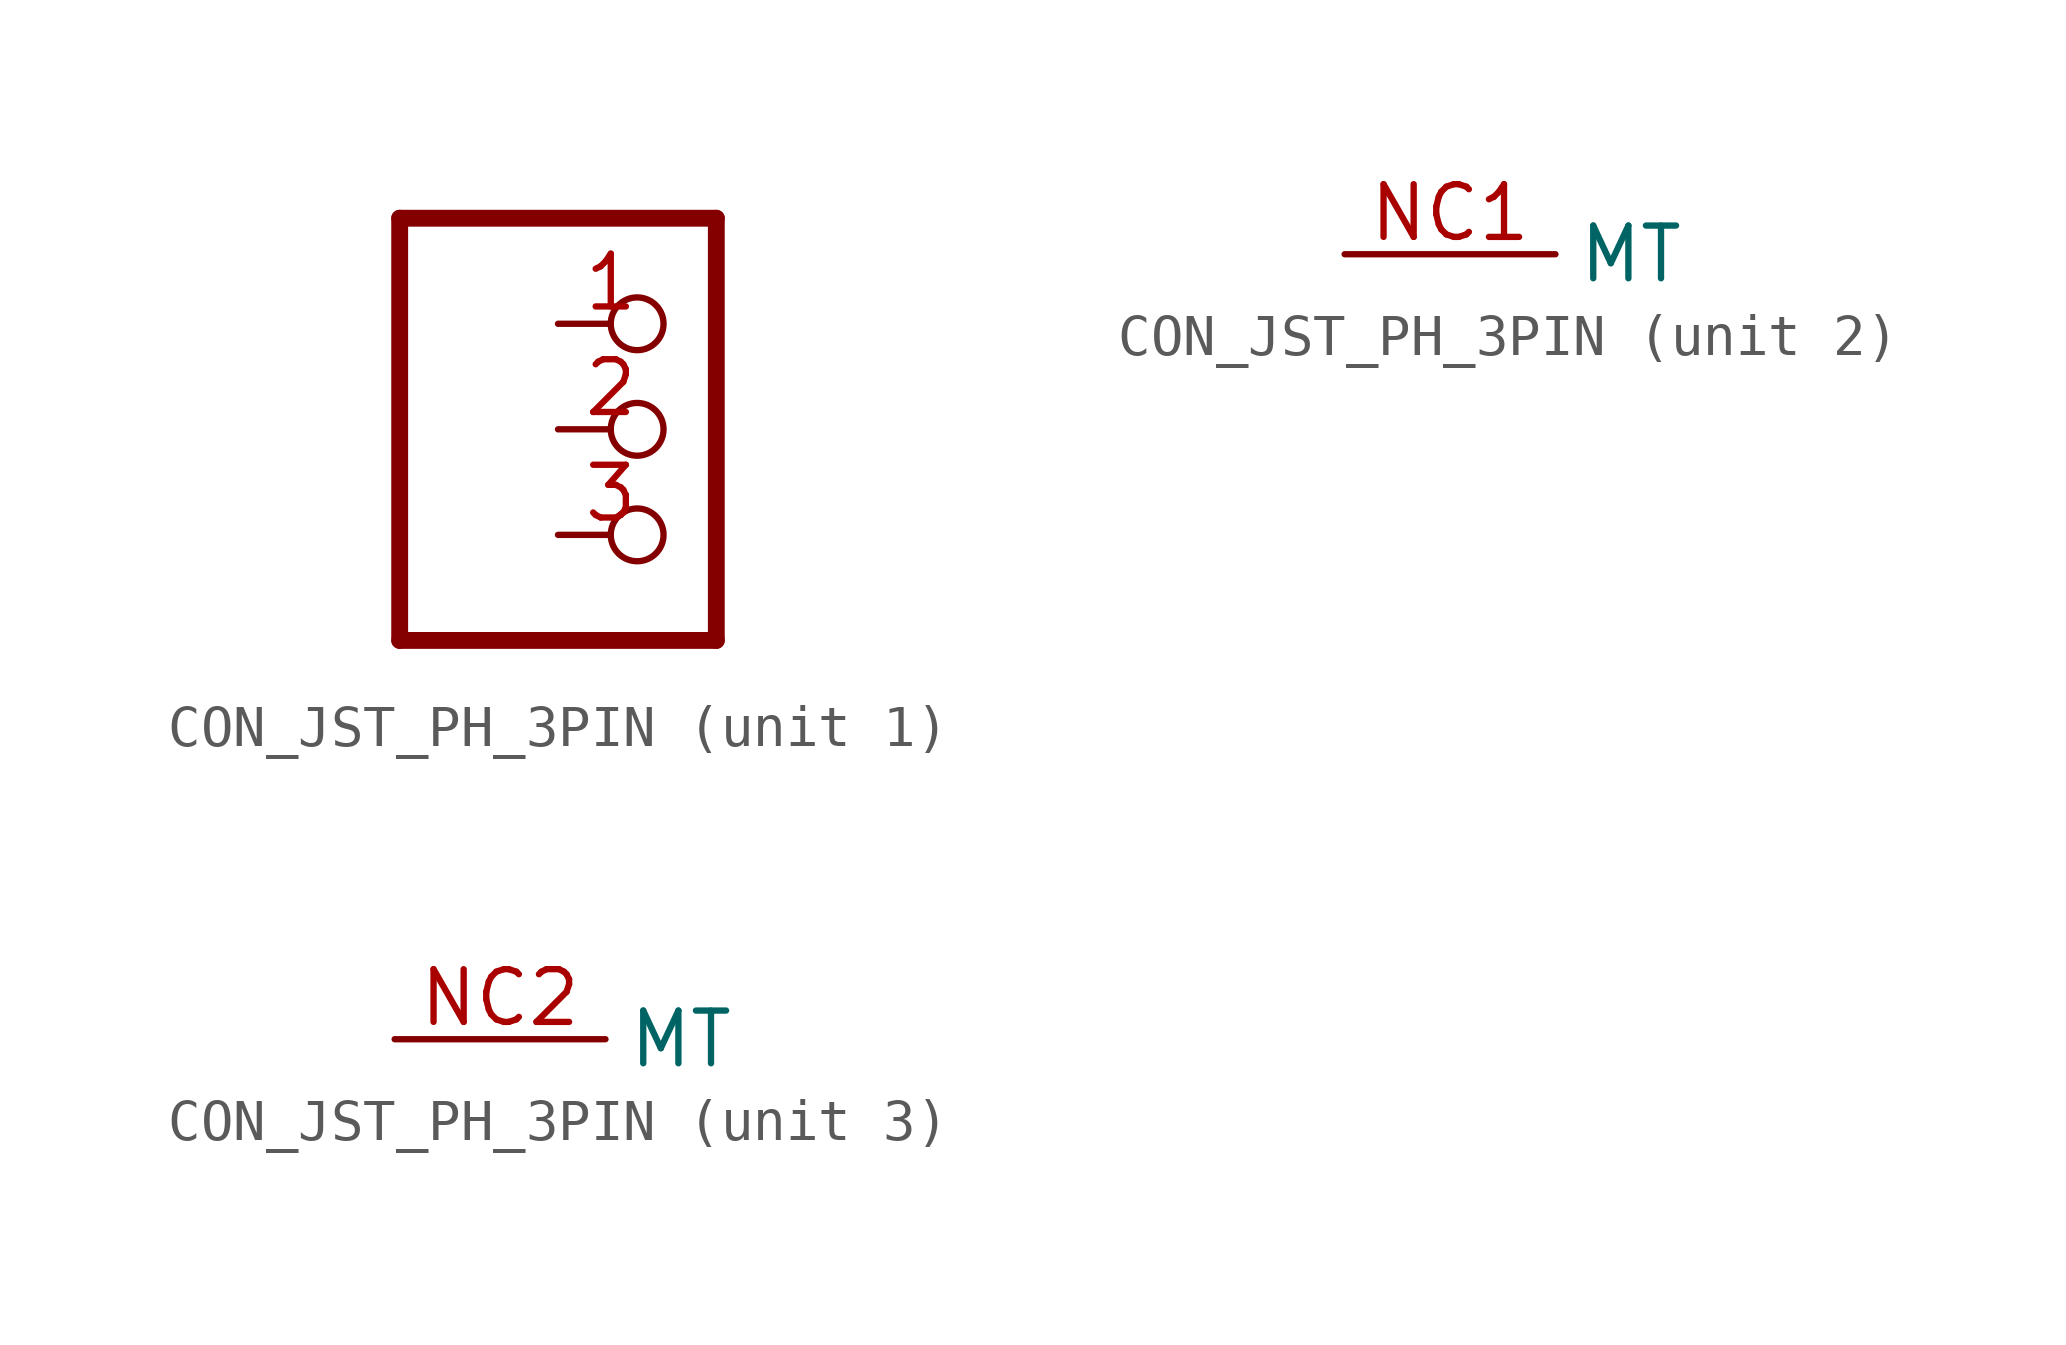
<source format=kicad_sym>
(kicad_symbol_lib
  (version 20231120)
  (generator "kicad_symbol_editor")
  (generator_version "8.0")
  (symbol "CON_JST_PH_3PIN"
    (property "Reference" "X"
      (at -6.35 5.715 0)
      (effects (font (size 1.778 1.511)) (justify left bottom) (hide yes)))
    (property "ki_locked" ""
      (at 0 0 0)
      (effects (font (size 1.27 1.27))))
    (symbol "CON_JST_PH_3PIN_1_0"
      (polyline (pts (xy -6.35 -5.08) (xy 1.27 -5.08)) (stroke (width 0.406) (type solid)) (fill (type none)))
      (polyline (pts (xy -6.35 5.08) (xy -6.35 -5.08)) (stroke (width 0.406) (type solid)) (fill (type none)))
      (polyline (pts (xy 1.27 -5.08) (xy 1.27 5.08)) (stroke (width 0.406) (type solid)) (fill (type none)))
      (polyline (pts (xy 1.27 5.08) (xy -6.35 5.08)) (stroke (width 0.406) (type solid)) (fill (type none)))
      (pin passive inverted (at -2.54 2.54 0) (length 2.54) (name "1" (effects (font (size 0 0)))) (number "1" (effects (font (size 1.27 1.27)))))
      (pin passive inverted (at -2.54 0 0) (length 2.54) (name "2" (effects (font (size 0 0)))) (number "2" (effects (font (size 1.27 1.27)))))
      (pin passive inverted (at -2.54 -2.54 0) (length 2.54) (name "3" (effects (font (size 0 0)))) (number "3" (effects (font (size 1.27 1.27))))))
    (symbol "CON_JST_PH_3PIN_2_0"
      (pin bidirectional line (at 0 0 0) (length 5.08) (name "MT" (effects (font (size 1.27 1.27)))) (number "NC1" (effects (font (size 1.27 1.27))))))
    (symbol "CON_JST_PH_3PIN_3_0"
      (pin bidirectional line (at 0 0 0) (length 5.08) (name "MT" (effects (font (size 1.27 1.27)))) (number "NC2" (effects (font (size 1.27 1.27))))))))
</source>
